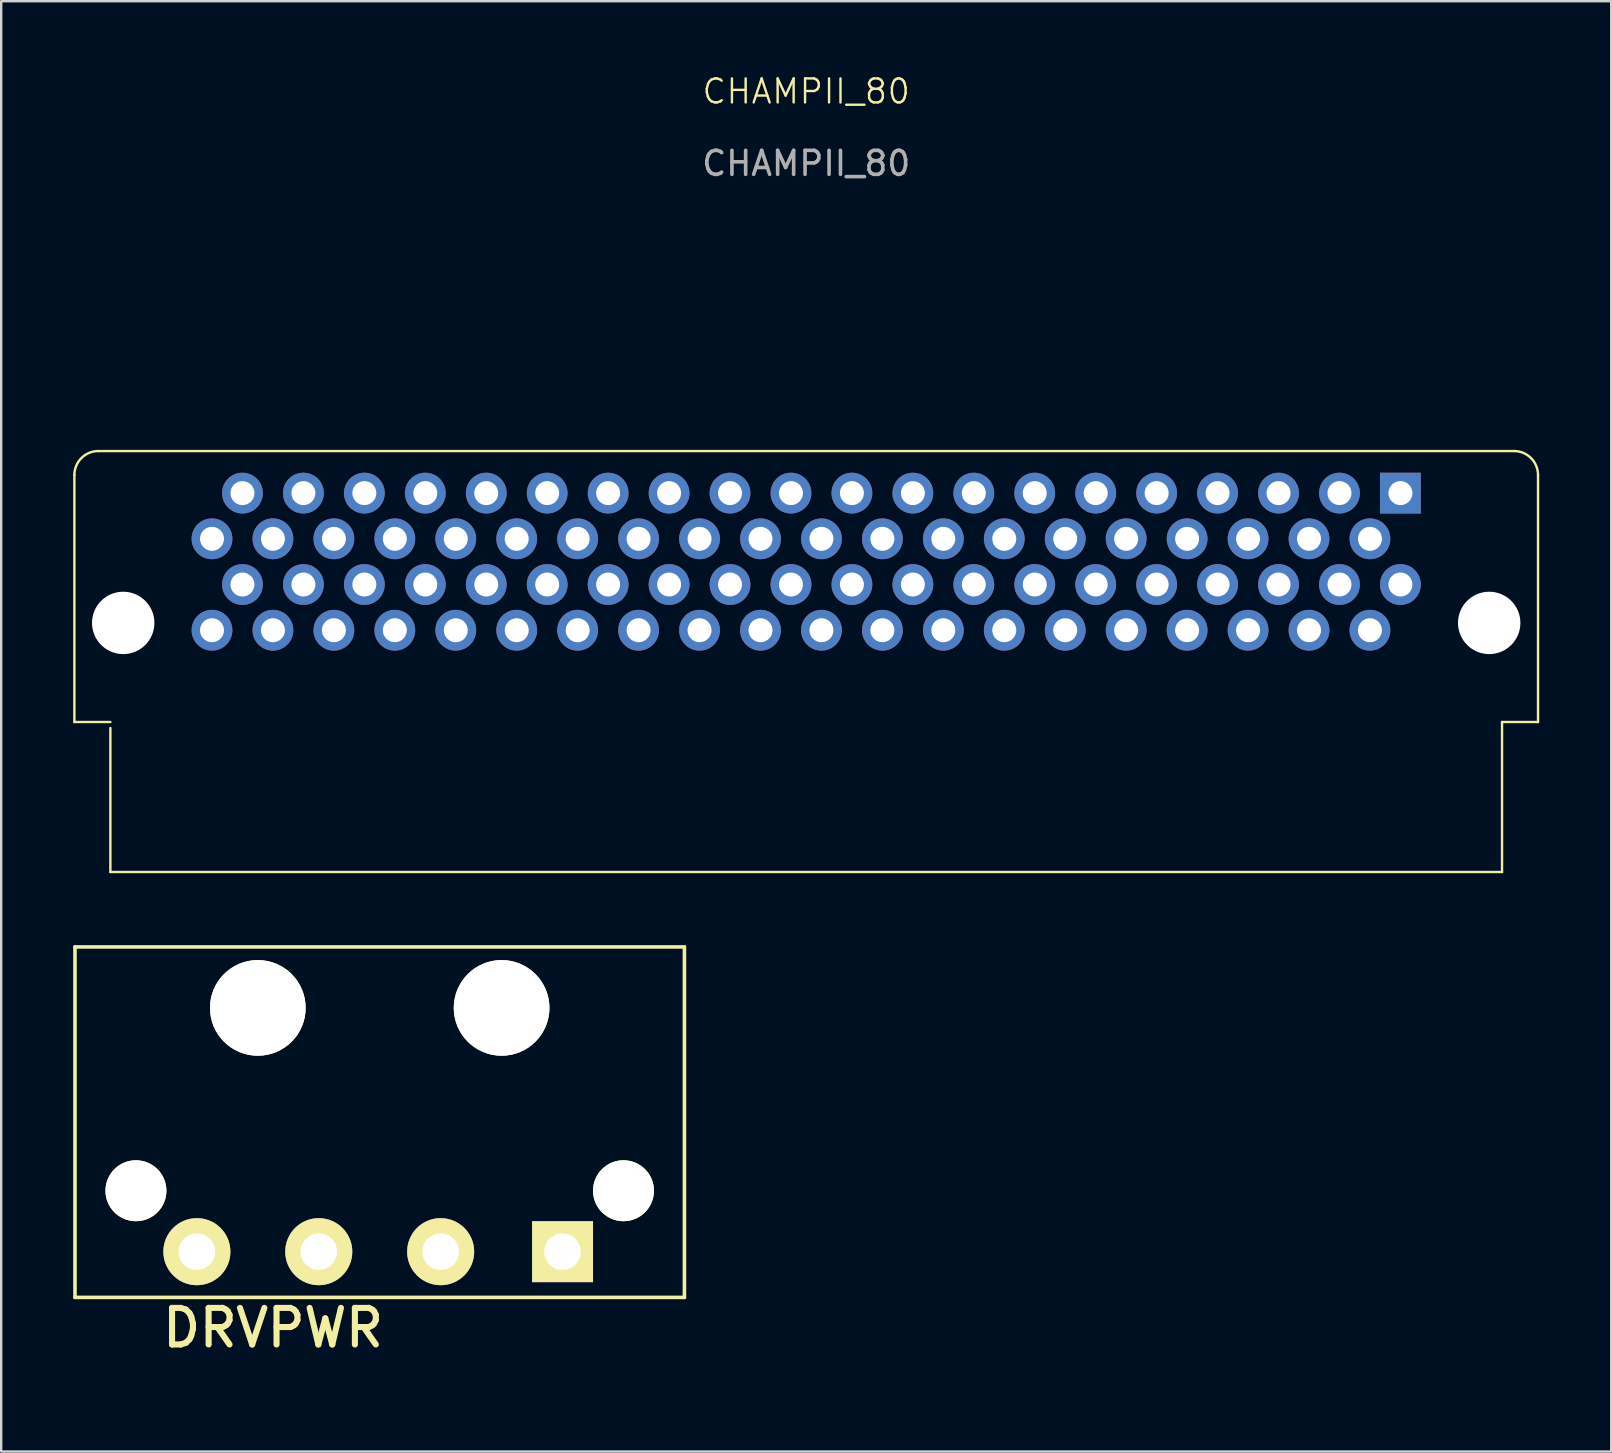
<source format=kicad_pcb>
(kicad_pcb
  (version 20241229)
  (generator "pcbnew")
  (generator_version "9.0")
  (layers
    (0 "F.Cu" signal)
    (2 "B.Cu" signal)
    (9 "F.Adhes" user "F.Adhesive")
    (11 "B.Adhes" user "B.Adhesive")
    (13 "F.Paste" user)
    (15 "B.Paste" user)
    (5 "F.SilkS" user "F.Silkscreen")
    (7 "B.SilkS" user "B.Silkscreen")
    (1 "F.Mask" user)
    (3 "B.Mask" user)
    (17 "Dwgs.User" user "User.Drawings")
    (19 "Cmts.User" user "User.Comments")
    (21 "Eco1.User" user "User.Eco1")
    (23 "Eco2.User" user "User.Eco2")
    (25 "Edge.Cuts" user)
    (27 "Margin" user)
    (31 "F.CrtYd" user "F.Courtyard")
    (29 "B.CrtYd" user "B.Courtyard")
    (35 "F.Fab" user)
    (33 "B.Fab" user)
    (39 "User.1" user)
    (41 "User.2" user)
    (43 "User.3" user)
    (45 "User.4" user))
  (footprint "DRVPWR"
    (layer "F.Cu")
    (at 14.045 54.196)
    (property "Reference" "DRVPWR" (at -5.715 -1.905 0) (layer "F.SilkS") (effects (font (size 1.524 1.524) (thickness 0.254))))
    (attr through_hole)
    (fp_line (start -13.97 -17.78) (end 11.43 -17.78) (stroke (width 0.15) (type solid)) (layer "F.SilkS"))
    (fp_line (start -13.97 -3.175) (end -13.97 -17.78) (stroke (width 0.15) (type solid)) (layer "F.SilkS"))
    (fp_line (start 11.43 -17.78) (end 11.43 -3.175) (stroke (width 0.15) (type solid)) (layer "F.SilkS"))
    (fp_line (start 11.43 -3.175) (end -13.97 -3.175) (stroke (width 0.15) (type solid)) (layer "F.SilkS"))
    (pad "" np_thru_hole circle (at -11.43 -7.62) (size 2.54 2.54) (drill 2.54) (layers "*.Cu" "*.Mask" "F.SilkS"))
    (pad "" np_thru_hole circle (at -6.35 -15.24) (size 3.988 3.988) (drill 3.988) (layers "*.Cu" "*.Mask" "F.SilkS"))
    (pad "" np_thru_hole circle (at 3.81 -15.24) (size 3.988 3.988) (drill 3.988) (layers "*.Cu" "*.Mask" "F.SilkS"))
    (pad "" np_thru_hole circle (at 8.89 -7.62) (size 2.54 2.54) (drill 2.54) (layers "*.Cu" "*.Mask" "F.SilkS"))
    (pad "1" thru_hole rect (at 6.35 -5.08) (size 2.54 2.54) (drill 1.524) (layers "*.Cu" "*.Mask" "F.SilkS"))
    (pad "2" thru_hole circle (at 1.27 -5.08) (size 2.794 2.794) (drill 1.524) (layers "*.Cu" "*.Mask" "F.SilkS"))
    (pad "3" thru_hole circle (at -3.81 -5.08) (size 2.794 2.794) (drill 1.524) (layers "*.Cu" "*.Mask" "F.SilkS"))
    (pad "4" thru_hole circle (at -8.89 -5.08) (size 2.794 2.794) (drill 1.524) (layers "*.Cu" "*.Mask" "F.SilkS")))
  (footprint "CHAMPII_80"
    (layer "F.Cu")
    (at 30.55 20.041)
    (property "Reference" "CHAMPII_80" (at 0 -19.28 0) (unlocked yes) (layer "F.SilkS") (effects (font (size 1 1) (thickness 0.1))))
    (attr through_hole)
    (fp_line (start -30.5 -3.293) (end -30.5 7) (stroke (width 0.1) (type default)) (layer "F.SilkS"))
    (fp_line (start -30.5 7) (end -29 7) (stroke (width 0.1) (type default)) (layer "F.SilkS"))
    (fp_line (start -29.5 -4.293) (end 29.5 -4.293) (stroke (width 0.1) (type default)) (layer "F.SilkS"))
    (fp_line (start -29 7.25) (end -29 13.25) (stroke (width 0.1) (type default)) (layer "F.SilkS"))
    (fp_line (start -29 13.25) (end 29 13.25) (stroke (width 0.1) (type default)) (layer "F.SilkS"))
    (fp_line (start 29 7) (end 29 13.25) (stroke (width 0.1) (type default)) (layer "F.SilkS"))
    (fp_line (start 30.5 -3.293) (end 30.5 7) (stroke (width 0.1) (type default)) (layer "F.SilkS"))
    (fp_line (start 30.5 7) (end 29 7) (stroke (width 0.1) (type default)) (layer "F.SilkS"))
    (fp_arc (start -30.5 -3.292893) (mid -30.207107 -4) (end -29.5 -4.292893) (stroke (width 0.1) (type default)) (layer "F.SilkS"))
    (fp_arc (start 29.5 -4.292893) (mid 30.207107 -4) (end 30.5 -3.292893) (stroke (width 0.1) (type default)) (layer "F.SilkS"))
    (fp_text user "${REFERENCE}" (at 0 -16.28 0) (unlocked yes) (layer "F.Fab") (effects (font (size 1 1) (thickness 0.15))))
    (pad "" np_thru_hole circle (at -28.465 2.87) (size 2.6 2.6) (drill 2.6) (layers "*.Cu" "*.Mask"))
    (pad "" np_thru_hole circle (at 28.465 2.87) (size 2.6 2.6) (drill 2.6) (layers "*.Cu" "*.Mask"))
    (pad "1" thru_hole rect (at 24.765 -2.54 270) (size 1.7 1.7) (drill 1) (layers "*.Cu" "*.Mask"))
    (pad "2" thru_hole oval (at 23.495 -0.635 270) (size 1.7 1.7) (drill 1) (layers "*.Cu" "*.Mask"))
    (pad "3" thru_hole oval (at 22.225 -2.54 270) (size 1.7 1.7) (drill 1) (layers "*.Cu" "*.Mask"))
    (pad "4" thru_hole oval (at 20.955 -0.635 270) (size 1.7 1.7) (drill 1) (layers "*.Cu" "*.Mask"))
    (pad "5" thru_hole oval (at 19.685 -2.54 270) (size 1.7 1.7) (drill 1) (layers "*.Cu" "*.Mask"))
    (pad "6" thru_hole oval (at 18.415 -0.635 270) (size 1.7 1.7) (drill 1) (layers "*.Cu" "*.Mask"))
    (pad "7" thru_hole oval (at 17.145 -2.54 270) (size 1.7 1.7) (drill 1) (layers "*.Cu" "*.Mask"))
    (pad "8" thru_hole oval (at 15.875 -0.635 270) (size 1.7 1.7) (drill 1) (layers "*.Cu" "*.Mask"))
    (pad "9" thru_hole oval (at 14.605 -2.54 270) (size 1.7 1.7) (drill 1) (layers "*.Cu" "*.Mask"))
    (pad "10" thru_hole oval (at 13.335 -0.635 270) (size 1.7 1.7) (drill 1) (layers "*.Cu" "*.Mask"))
    (pad "11" thru_hole oval (at 12.065 -2.54 270) (size 1.7 1.7) (drill 1) (layers "*.Cu" "*.Mask"))
    (pad "12" thru_hole oval (at 10.795 -0.635 270) (size 1.7 1.7) (drill 1) (layers "*.Cu" "*.Mask"))
    (pad "13" thru_hole oval (at 9.525 -2.54 270) (size 1.7 1.7) (drill 1) (layers "*.Cu" "*.Mask"))
    (pad "14" thru_hole oval (at 8.255 -0.635 270) (size 1.7 1.7) (drill 1) (layers "*.Cu" "*.Mask"))
    (pad "15" thru_hole oval (at 6.985 -2.54 270) (size 1.7 1.7) (drill 1) (layers "*.Cu" "*.Mask"))
    (pad "16" thru_hole oval (at 5.715 -0.635 270) (size 1.7 1.7) (drill 1) (layers "*.Cu" "*.Mask"))
    (pad "17" thru_hole oval (at 4.445 -2.54 270) (size 1.7 1.7) (drill 1) (layers "*.Cu" "*.Mask"))
    (pad "18" thru_hole oval (at 3.175 -0.635 270) (size 1.7 1.7) (drill 1) (layers "*.Cu" "*.Mask"))
    (pad "19" thru_hole oval (at 1.905 -2.54 270) (size 1.7 1.7) (drill 1) (layers "*.Cu" "*.Mask"))
    (pad "20" thru_hole oval (at 0.635 -0.635 270) (size 1.7 1.7) (drill 1) (layers "*.Cu" "*.Mask"))
    (pad "21" thru_hole oval (at -0.635 -2.54 270) (size 1.7 1.7) (drill 1) (layers "*.Cu" "*.Mask"))
    (pad "22" thru_hole oval (at -1.905 -0.635 270) (size 1.7 1.7) (drill 1) (layers "*.Cu" "*.Mask"))
    (pad "23" thru_hole oval (at -3.175 -2.54 270) (size 1.7 1.7) (drill 1) (layers "*.Cu" "*.Mask"))
    (pad "24" thru_hole oval (at -4.445 -0.635 270) (size 1.7 1.7) (drill 1) (layers "*.Cu" "*.Mask"))
    (pad "25" thru_hole oval (at -5.715 -2.54 270) (size 1.7 1.7) (drill 1) (layers "*.Cu" "*.Mask"))
    (pad "26" thru_hole oval (at -6.985 -0.635 270) (size 1.7 1.7) (drill 1) (layers "*.Cu" "*.Mask"))
    (pad "27" thru_hole oval (at -8.255 -2.54 270) (size 1.7 1.7) (drill 1) (layers "*.Cu" "*.Mask"))
    (pad "28" thru_hole oval (at -9.525 -0.635 270) (size 1.7 1.7) (drill 1) (layers "*.Cu" "*.Mask"))
    (pad "29" thru_hole oval (at -10.795 -2.54 270) (size 1.7 1.7) (drill 1) (layers "*.Cu" "*.Mask"))
    (pad "30" thru_hole oval (at -12.065 -0.635 270) (size 1.7 1.7) (drill 1) (layers "*.Cu" "*.Mask"))
    (pad "31" thru_hole oval (at -13.335 -2.54 270) (size 1.7 1.7) (drill 1) (layers "*.Cu" "*.Mask"))
    (pad "32" thru_hole oval (at -14.605 -0.635 270) (size 1.7 1.7) (drill 1) (layers "*.Cu" "*.Mask"))
    (pad "33" thru_hole oval (at -15.875 -2.54 270) (size 1.7 1.7) (drill 1) (layers "*.Cu" "*.Mask"))
    (pad "34" thru_hole oval (at -17.145 -0.635 270) (size 1.7 1.7) (drill 1) (layers "*.Cu" "*.Mask"))
    (pad "35" thru_hole oval (at -18.415 -2.54 270) (size 1.7 1.7) (drill 1) (layers "*.Cu" "*.Mask"))
    (pad "36" thru_hole oval (at -19.685 -0.635 270) (size 1.7 1.7) (drill 1) (layers "*.Cu" "*.Mask"))
    (pad "37" thru_hole oval (at -20.955 -2.54 270) (size 1.7 1.7) (drill 1) (layers "*.Cu" "*.Mask"))
    (pad "38" thru_hole oval (at -22.225 -0.635 270) (size 1.7 1.7) (drill 1) (layers "*.Cu" "*.Mask"))
    (pad "39" thru_hole oval (at -23.495 -2.54 270) (size 1.7 1.7) (drill 1) (layers "*.Cu" "*.Mask"))
    (pad "40" thru_hole oval (at -24.765 -0.635 270) (size 1.7 1.7) (drill 1) (layers "*.Cu" "*.Mask"))
    (pad "41" thru_hole oval (at 24.765 1.27 270) (size 1.7 1.7) (drill 1) (layers "*.Cu" "*.Mask"))
    (pad "42" thru_hole oval (at 23.495 3.175 270) (size 1.7 1.7) (drill 1) (layers "*.Cu" "*.Mask"))
    (pad "43" thru_hole oval (at 22.225 1.27 270) (size 1.7 1.7) (drill 1) (layers "*.Cu" "*.Mask"))
    (pad "44" thru_hole oval (at 20.955 3.175 270) (size 1.7 1.7) (drill 1) (layers "*.Cu" "*.Mask"))
    (pad "45" thru_hole oval (at 19.685 1.27 270) (size 1.7 1.7) (drill 1) (layers "*.Cu" "*.Mask"))
    (pad "46" thru_hole oval (at 18.415 3.175 270) (size 1.7 1.7) (drill 1) (layers "*.Cu" "*.Mask"))
    (pad "47" thru_hole oval (at 17.145 1.27 270) (size 1.7 1.7) (drill 1) (layers "*.Cu" "*.Mask"))
    (pad "48" thru_hole oval (at 15.875 3.175 270) (size 1.7 1.7) (drill 1) (layers "*.Cu" "*.Mask"))
    (pad "49" thru_hole oval (at 14.605 1.27 270) (size 1.7 1.7) (drill 1) (layers "*.Cu" "*.Mask"))
    (pad "50" thru_hole oval (at 13.335 3.175 270) (size 1.7 1.7) (drill 1) (layers "*.Cu" "*.Mask"))
    (pad "51" thru_hole oval (at 12.065 1.27 270) (size 1.7 1.7) (drill 1) (layers "*.Cu" "*.Mask"))
    (pad "52" thru_hole oval (at 10.795 3.175 270) (size 1.7 1.7) (drill 1) (layers "*.Cu" "*.Mask"))
    (pad "53" thru_hole oval (at 9.525 1.27 270) (size 1.7 1.7) (drill 1) (layers "*.Cu" "*.Mask"))
    (pad "54" thru_hole oval (at 8.255 3.175 270) (size 1.7 1.7) (drill 1) (layers "*.Cu" "*.Mask"))
    (pad "55" thru_hole oval (at 6.985 1.27 270) (size 1.7 1.7) (drill 1) (layers "*.Cu" "*.Mask"))
    (pad "56" thru_hole oval (at 5.715 3.175 270) (size 1.7 1.7) (drill 1) (layers "*.Cu" "*.Mask"))
    (pad "57" thru_hole oval (at 4.445 1.27 270) (size 1.7 1.7) (drill 1) (layers "*.Cu" "*.Mask"))
    (pad "58" thru_hole oval (at 3.175 3.175 270) (size 1.7 1.7) (drill 1) (layers "*.Cu" "*.Mask"))
    (pad "59" thru_hole oval (at 1.905 1.27 270) (size 1.7 1.7) (drill 1) (layers "*.Cu" "*.Mask"))
    (pad "60" thru_hole oval (at 0.635 3.175 270) (size 1.7 1.7) (drill 1) (layers "*.Cu" "*.Mask"))
    (pad "61" thru_hole oval (at -0.635 1.27 270) (size 1.7 1.7) (drill 1) (layers "*.Cu" "*.Mask"))
    (pad "62" thru_hole oval (at -1.905 3.175 270) (size 1.7 1.7) (drill 1) (layers "*.Cu" "*.Mask"))
    (pad "63" thru_hole oval (at -3.175 1.27 270) (size 1.7 1.7) (drill 1) (layers "*.Cu" "*.Mask"))
    (pad "64" thru_hole oval (at -4.445 3.175 270) (size 1.7 1.7) (drill 1) (layers "*.Cu" "*.Mask"))
    (pad "65" thru_hole oval (at -5.715 1.27 270) (size 1.7 1.7) (drill 1) (layers "*.Cu" "*.Mask"))
    (pad "66" thru_hole oval (at -6.985 3.175 270) (size 1.7 1.7) (drill 1) (layers "*.Cu" "*.Mask"))
    (pad "67" thru_hole oval (at -8.255 1.27 270) (size 1.7 1.7) (drill 1) (layers "*.Cu" "*.Mask"))
    (pad "68" thru_hole oval (at -9.525 3.175 270) (size 1.7 1.7) (drill 1) (layers "*.Cu" "*.Mask"))
    (pad "69" thru_hole oval (at -10.795 1.27 270) (size 1.7 1.7) (drill 1) (layers "*.Cu" "*.Mask"))
    (pad "70" thru_hole oval (at -12.065 3.175 270) (size 1.7 1.7) (drill 1) (layers "*.Cu" "*.Mask"))
    (pad "71" thru_hole oval (at -13.335 1.27 270) (size 1.7 1.7) (drill 1) (layers "*.Cu" "*.Mask"))
    (pad "72" thru_hole oval (at -14.605 3.175 270) (size 1.7 1.7) (drill 1) (layers "*.Cu" "*.Mask"))
    (pad "73" thru_hole oval (at -15.875 1.27 270) (size 1.7 1.7) (drill 1) (layers "*.Cu" "*.Mask"))
    (pad "74" thru_hole oval (at -17.145 3.175 270) (size 1.7 1.7) (drill 1) (layers "*.Cu" "*.Mask"))
    (pad "75" thru_hole oval (at -18.415 1.27 270) (size 1.7 1.7) (drill 1) (layers "*.Cu" "*.Mask"))
    (pad "76" thru_hole oval (at -19.685 3.175 270) (size 1.7 1.7) (drill 1) (layers "*.Cu" "*.Mask"))
    (pad "77" thru_hole oval (at -20.955 1.27 270) (size 1.7 1.7) (drill 1) (layers "*.Cu" "*.Mask"))
    (pad "78" thru_hole oval (at -22.225 3.175 270) (size 1.7 1.7) (drill 1) (layers "*.Cu" "*.Mask"))
    (pad "79" thru_hole oval (at -23.495 1.27 270) (size 1.7 1.7) (drill 1) (layers "*.Cu" "*.Mask"))
    (pad "80" thru_hole oval (at -24.765 3.175 270) (size 1.7 1.7) (drill 1) (layers "*.Cu" "*.Mask")))
  (gr_rect
    (start -3 -3)
    (end 64.1 57.446)
    (stroke (width 0.1) (type default))
    (fill no)
    (layer "Edge.Cuts")))
</source>
